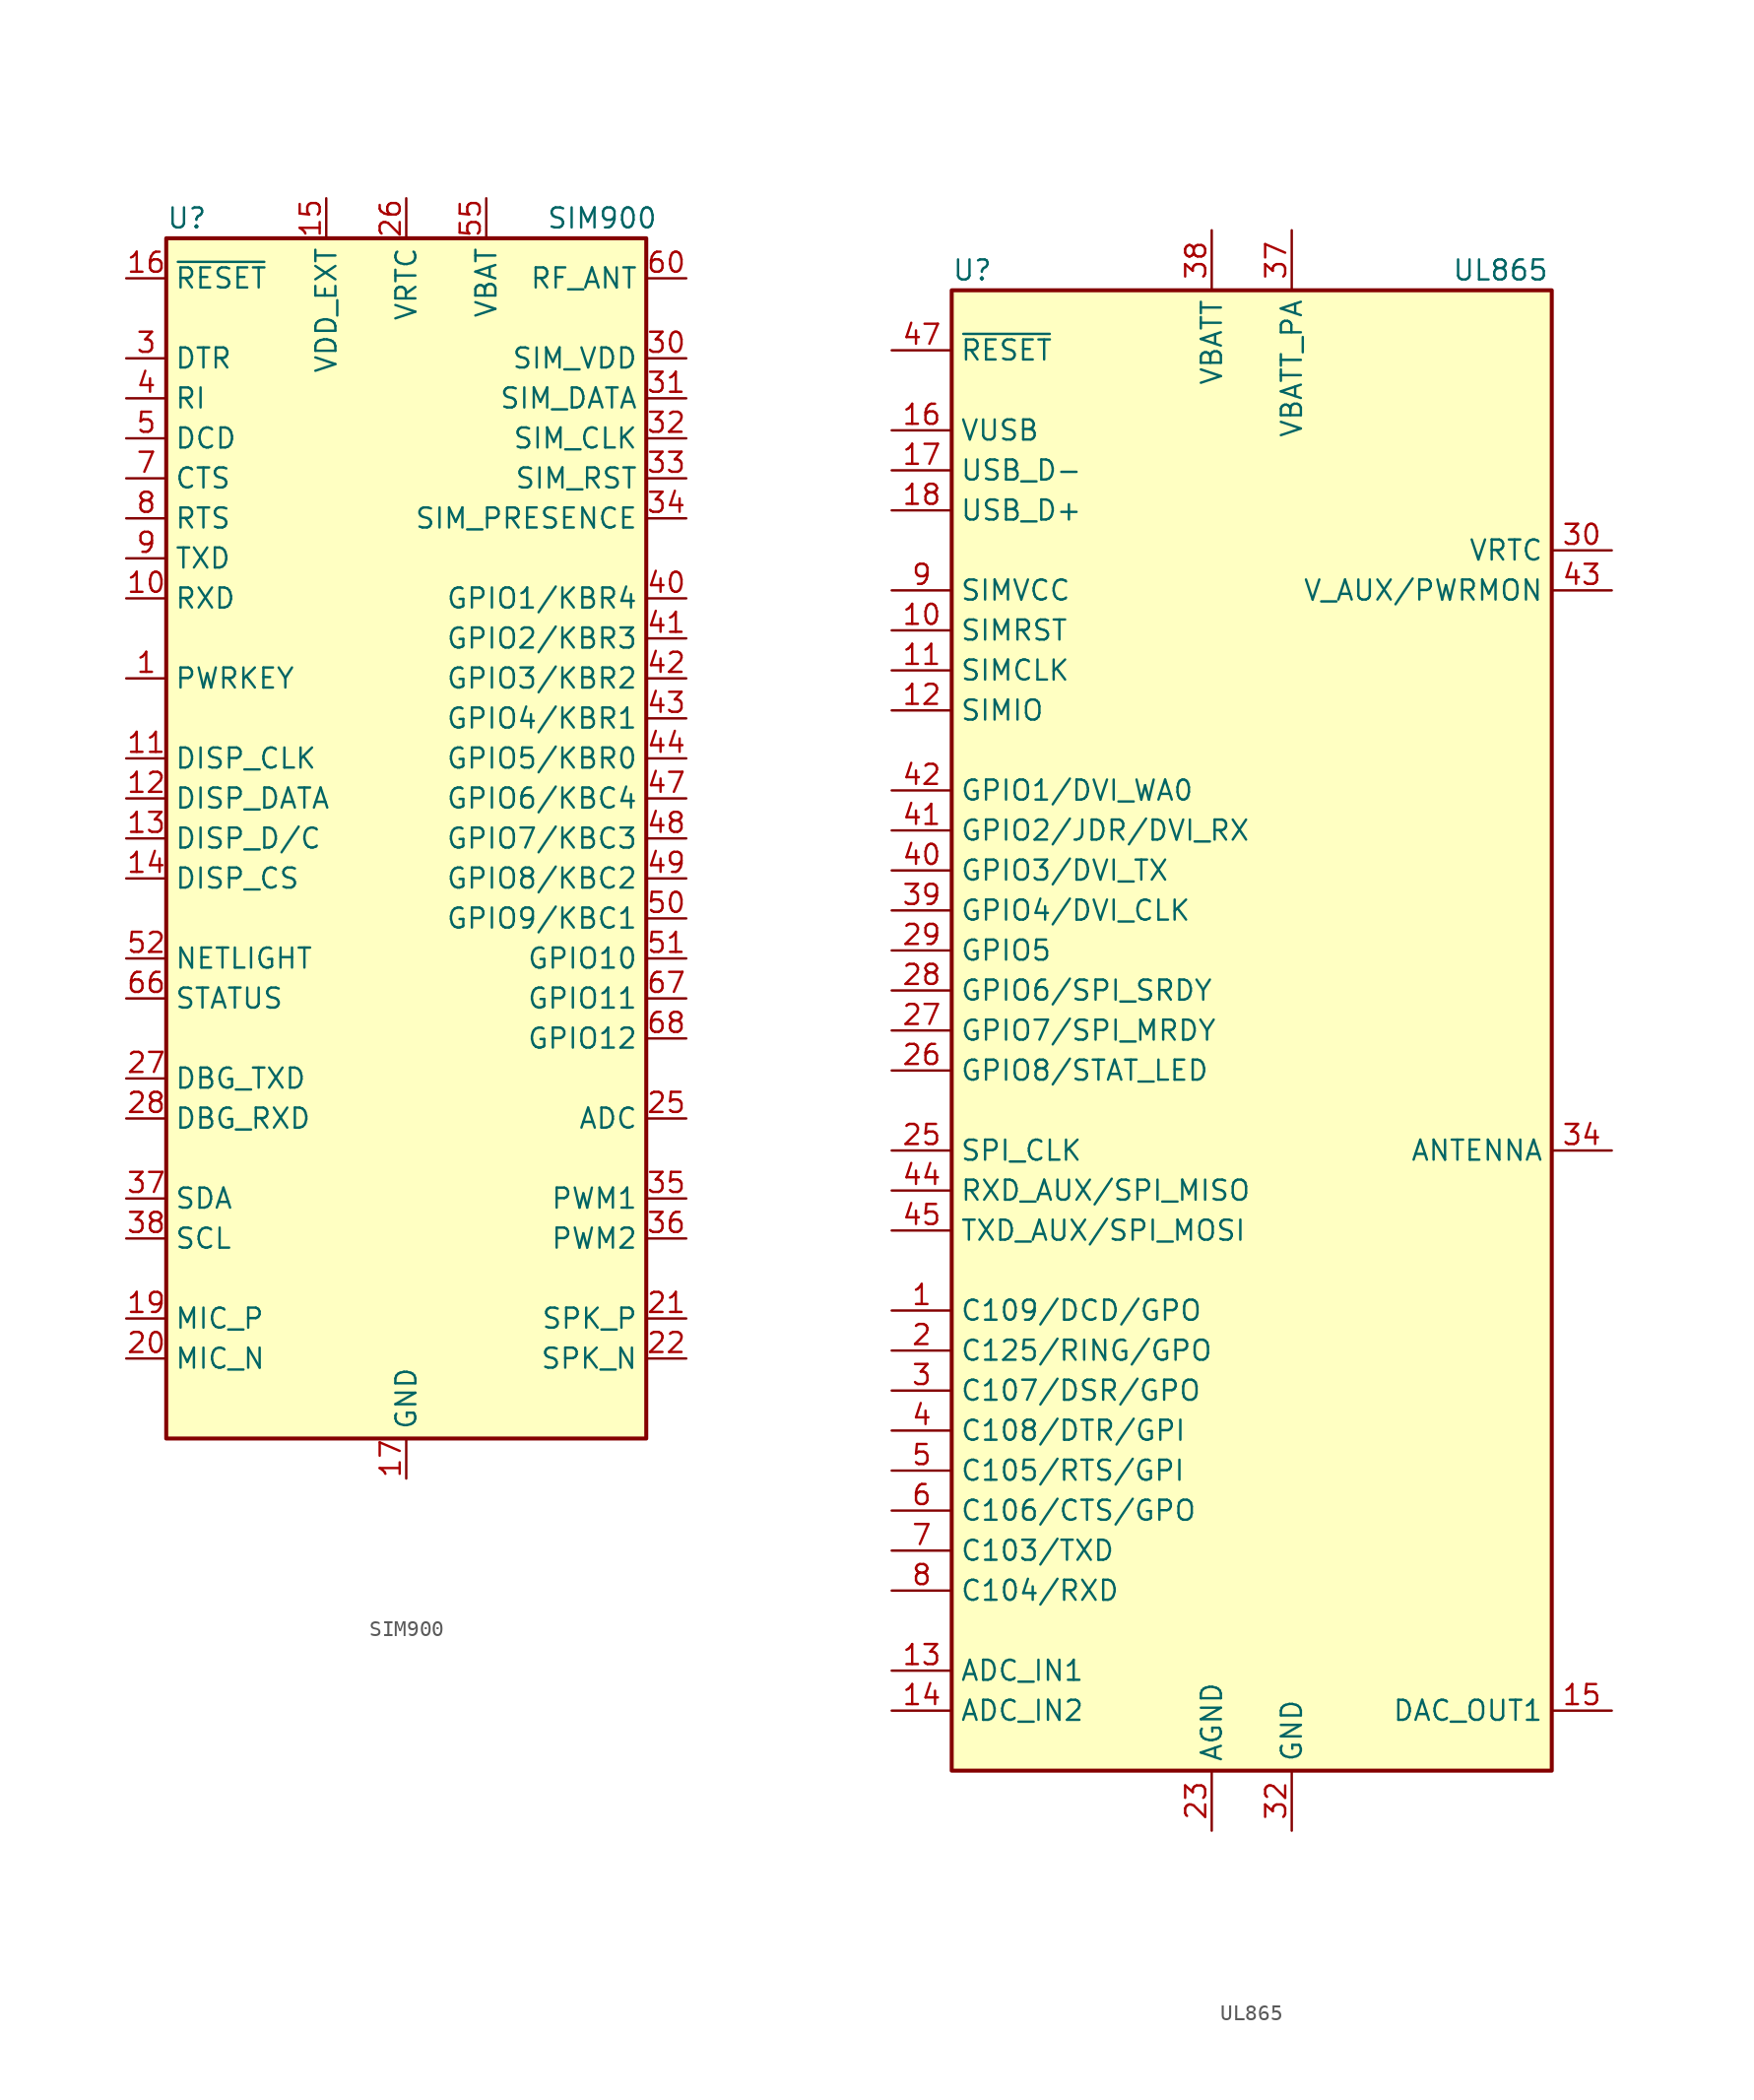
<source format=kicad_sym>
(kicad_symbol_lib
  (version 20200908)
  (generator kicad_symbol_editor)
  (symbol "RF_GSM:SIM900"
    (property "Reference" "U"
      (at -15.24 39.37 0)
      (effects (font (size 1.27 1.27)) (justify left)))
    (property "Value" "SIM900"
      (at 8.89 39.37 0)
      (effects (font (size 1.27 1.27)) (justify left)))
    (symbol "SIM900_0_1"
      (rectangle (start -15.24 38.1) (end 15.24 -38.1) (stroke (width 0.254)) (fill (type background))))
    (symbol "SIM900_1_1"
      (pin input line (at -17.78 10.16 0) (length 2.54) (name "PWRKEY" (effects (font (size 1.27 1.27)))) (number "1" (effects (font (size 1.27 1.27)))))
      (pin input line (at -17.78 15.24 0) (length 2.54) (name "RXD" (effects (font (size 1.27 1.27)))) (number "10" (effects (font (size 1.27 1.27)))))
      (pin output line (at -17.78 5.08 0) (length 2.54) (name "DISP_CLK" (effects (font (size 1.27 1.27)))) (number "11" (effects (font (size 1.27 1.27)))))
      (pin bidirectional line (at -17.78 2.54 0) (length 2.54) (name "DISP_DATA" (effects (font (size 1.27 1.27)))) (number "12" (effects (font (size 1.27 1.27)))))
      (pin output line (at -17.78 0 0) (length 2.54) (name "DISP_D/C" (effects (font (size 1.27 1.27)))) (number "13" (effects (font (size 1.27 1.27)))))
      (pin output line (at -17.78 -2.54 0) (length 2.54) (name "DISP_CS" (effects (font (size 1.27 1.27)))) (number "14" (effects (font (size 1.27 1.27)))))
      (pin power_out line (at -5.08 40.64 270) (length 2.54) (name "VDD_EXT" (effects (font (size 1.27 1.27)))) (number "15" (effects (font (size 1.27 1.27)))))
      (pin input line (at -17.78 35.56 0) (length 2.54) (name "~RESET~" (effects (font (size 1.27 1.27)))) (number "16" (effects (font (size 1.27 1.27)))))
      (pin power_in line (at 0 -40.64 90) (length 2.54) (name "GND" (effects (font (size 1.27 1.27)))) (number "17" (effects (font (size 1.27 1.27)))))
      (pin passive line (at 0 -40.64 90) (length 2.54) hide (name "GND" (effects (font (size 1.27 1.27)))) (number "18" (effects (font (size 1.27 1.27)))))
      (pin input line (at -17.78 -30.48 0) (length 2.54) (name "MIC_P" (effects (font (size 1.27 1.27)))) (number "19" (effects (font (size 1.27 1.27)))))
      (pin unconnected line (at 15.24 33.02 180) (length 2.54) hide (name "NC" (effects (font (size 1.27 1.27)))) (number "2" (effects (font (size 1.27 1.27)))))
      (pin input line (at -17.78 -33.02 0) (length 2.54) (name "MIC_N" (effects (font (size 1.27 1.27)))) (number "20" (effects (font (size 1.27 1.27)))))
      (pin output line (at 17.78 -30.48 180) (length 2.54) (name "SPK_P" (effects (font (size 1.27 1.27)))) (number "21" (effects (font (size 1.27 1.27)))))
      (pin output line (at 17.78 -33.02 180) (length 2.54) (name "SPK_N" (effects (font (size 1.27 1.27)))) (number "22" (effects (font (size 1.27 1.27)))))
      (pin unconnected line (at 15.24 -15.24 180) (length 2.54) hide (name "NC" (effects (font (size 1.27 1.27)))) (number "23" (effects (font (size 1.27 1.27)))))
      (pin unconnected line (at 15.24 -27.94 180) (length 2.54) hide (name "NC" (effects (font (size 1.27 1.27)))) (number "24" (effects (font (size 1.27 1.27)))))
      (pin input line (at 17.78 -17.78 180) (length 2.54) (name "ADC" (effects (font (size 1.27 1.27)))) (number "25" (effects (font (size 1.27 1.27)))))
      (pin power_in line (at 0 40.64 270) (length 2.54) (name "VRTC" (effects (font (size 1.27 1.27)))) (number "26" (effects (font (size 1.27 1.27)))))
      (pin output line (at -17.78 -15.24 0) (length 2.54) (name "DBG_TXD" (effects (font (size 1.27 1.27)))) (number "27" (effects (font (size 1.27 1.27)))))
      (pin input line (at -17.78 -17.78 0) (length 2.54) (name "DBG_RXD" (effects (font (size 1.27 1.27)))) (number "28" (effects (font (size 1.27 1.27)))))
      (pin passive line (at 0 -40.64 90) (length 2.54) hide (name "GND" (effects (font (size 1.27 1.27)))) (number "29" (effects (font (size 1.27 1.27)))))
      (pin input line (at -17.78 30.48 0) (length 2.54) (name "DTR" (effects (font (size 1.27 1.27)))) (number "3" (effects (font (size 1.27 1.27)))))
      (pin power_out line (at 17.78 30.48 180) (length 2.54) (name "SIM_VDD" (effects (font (size 1.27 1.27)))) (number "30" (effects (font (size 1.27 1.27)))))
      (pin bidirectional line (at 17.78 27.94 180) (length 2.54) (name "SIM_DATA" (effects (font (size 1.27 1.27)))) (number "31" (effects (font (size 1.27 1.27)))))
      (pin output line (at 17.78 25.4 180) (length 2.54) (name "SIM_CLK" (effects (font (size 1.27 1.27)))) (number "32" (effects (font (size 1.27 1.27)))))
      (pin output line (at 17.78 22.86 180) (length 2.54) (name "SIM_RST" (effects (font (size 1.27 1.27)))) (number "33" (effects (font (size 1.27 1.27)))))
      (pin input line (at 17.78 20.32 180) (length 2.54) (name "SIM_PRESENCE" (effects (font (size 1.27 1.27)))) (number "34" (effects (font (size 1.27 1.27)))))
      (pin output line (at 17.78 -22.86 180) (length 2.54) (name "PWM1" (effects (font (size 1.27 1.27)))) (number "35" (effects (font (size 1.27 1.27)))))
      (pin output line (at 17.78 -25.4 180) (length 2.54) (name "PWM2" (effects (font (size 1.27 1.27)))) (number "36" (effects (font (size 1.27 1.27)))))
      (pin bidirectional line (at -17.78 -22.86 0) (length 2.54) (name "SDA" (effects (font (size 1.27 1.27)))) (number "37" (effects (font (size 1.27 1.27)))))
      (pin output line (at -17.78 -25.4 0) (length 2.54) (name "SCL" (effects (font (size 1.27 1.27)))) (number "38" (effects (font (size 1.27 1.27)))))
      (pin passive line (at 0 -40.64 90) (length 2.54) hide (name "GND" (effects (font (size 1.27 1.27)))) (number "39" (effects (font (size 1.27 1.27)))))
      (pin output line (at -17.78 27.94 0) (length 2.54) (name "RI" (effects (font (size 1.27 1.27)))) (number "4" (effects (font (size 1.27 1.27)))))
      (pin bidirectional line (at 17.78 15.24 180) (length 2.54) (name "GPIO1/KBR4" (effects (font (size 1.27 1.27)))) (number "40" (effects (font (size 1.27 1.27)))))
      (pin bidirectional line (at 17.78 12.7 180) (length 2.54) (name "GPIO2/KBR3" (effects (font (size 1.27 1.27)))) (number "41" (effects (font (size 1.27 1.27)))))
      (pin bidirectional line (at 17.78 10.16 180) (length 2.54) (name "GPIO3/KBR2" (effects (font (size 1.27 1.27)))) (number "42" (effects (font (size 1.27 1.27)))))
      (pin bidirectional line (at 17.78 7.62 180) (length 2.54) (name "GPIO4/KBR1" (effects (font (size 1.27 1.27)))) (number "43" (effects (font (size 1.27 1.27)))))
      (pin bidirectional line (at 17.78 5.08 180) (length 2.54) (name "GPIO5/KBR0" (effects (font (size 1.27 1.27)))) (number "44" (effects (font (size 1.27 1.27)))))
      (pin passive line (at 0 -40.64 90) (length 2.54) hide (name "GND" (effects (font (size 1.27 1.27)))) (number "45" (effects (font (size 1.27 1.27)))))
      (pin passive line (at 0 -40.64 90) (length 2.54) hide (name "GND" (effects (font (size 1.27 1.27)))) (number "46" (effects (font (size 1.27 1.27)))))
      (pin bidirectional line (at 17.78 2.54 180) (length 2.54) (name "GPIO6/KBC4" (effects (font (size 1.27 1.27)))) (number "47" (effects (font (size 1.27 1.27)))))
      (pin bidirectional line (at 17.78 0 180) (length 2.54) (name "GPIO7/KBC3" (effects (font (size 1.27 1.27)))) (number "48" (effects (font (size 1.27 1.27)))))
      (pin bidirectional line (at 17.78 -2.54 180) (length 2.54) (name "GPIO8/KBC2" (effects (font (size 1.27 1.27)))) (number "49" (effects (font (size 1.27 1.27)))))
      (pin output line (at -17.78 25.4 0) (length 2.54) (name "DCD" (effects (font (size 1.27 1.27)))) (number "5" (effects (font (size 1.27 1.27)))))
      (pin bidirectional line (at 17.78 -5.08 180) (length 2.54) (name "GPIO9/KBC1" (effects (font (size 1.27 1.27)))) (number "50" (effects (font (size 1.27 1.27)))))
      (pin bidirectional line (at 17.78 -7.62 180) (length 2.54) (name "GPIO10" (effects (font (size 1.27 1.27)))) (number "51" (effects (font (size 1.27 1.27)))))
      (pin output line (at -17.78 -7.62 0) (length 2.54) (name "NETLIGHT" (effects (font (size 1.27 1.27)))) (number "52" (effects (font (size 1.27 1.27)))))
      (pin passive line (at 0 -40.64 90) (length 2.54) hide (name "GND" (effects (font (size 1.27 1.27)))) (number "53" (effects (font (size 1.27 1.27)))))
      (pin passive line (at 0 -40.64 90) (length 2.54) hide (name "GND" (effects (font (size 1.27 1.27)))) (number "54" (effects (font (size 1.27 1.27)))))
      (pin power_in line (at 5.08 40.64 270) (length 2.54) (name "VBAT" (effects (font (size 1.27 1.27)))) (number "55" (effects (font (size 1.27 1.27)))))
      (pin passive line (at 5.08 40.64 270) (length 2.54) hide (name "VBAT" (effects (font (size 1.27 1.27)))) (number "56" (effects (font (size 1.27 1.27)))))
      (pin passive line (at 5.08 40.64 270) (length 2.54) hide (name "VBAT" (effects (font (size 1.27 1.27)))) (number "57" (effects (font (size 1.27 1.27)))))
      (pin passive line (at 0 -40.64 90) (length 2.54) hide (name "GND" (effects (font (size 1.27 1.27)))) (number "58" (effects (font (size 1.27 1.27)))))
      (pin passive line (at 0 -40.64 90) (length 2.54) hide (name "GND" (effects (font (size 1.27 1.27)))) (number "59" (effects (font (size 1.27 1.27)))))
      (pin unconnected line (at 15.24 17.78 180) (length 2.54) hide (name "NC" (effects (font (size 1.27 1.27)))) (number "6" (effects (font (size 1.27 1.27)))))
      (pin passive line (at 17.78 35.56 180) (length 2.54) (name "RF_ANT" (effects (font (size 1.27 1.27)))) (number "60" (effects (font (size 1.27 1.27)))))
      (pin passive line (at 0 -40.64 90) (length 2.54) hide (name "GND" (effects (font (size 1.27 1.27)))) (number "61" (effects (font (size 1.27 1.27)))))
      (pin passive line (at 0 -40.64 90) (length 2.54) hide (name "GND" (effects (font (size 1.27 1.27)))) (number "62" (effects (font (size 1.27 1.27)))))
      (pin passive line (at 0 -40.64 90) (length 2.54) hide (name "GND" (effects (font (size 1.27 1.27)))) (number "63" (effects (font (size 1.27 1.27)))))
      (pin passive line (at 0 -40.64 90) (length 2.54) hide (name "GND" (effects (font (size 1.27 1.27)))) (number "64" (effects (font (size 1.27 1.27)))))
      (pin passive line (at 0 -40.64 90) (length 2.54) hide (name "GND" (effects (font (size 1.27 1.27)))) (number "65" (effects (font (size 1.27 1.27)))))
      (pin output line (at -17.78 -10.16 0) (length 2.54) (name "STATUS" (effects (font (size 1.27 1.27)))) (number "66" (effects (font (size 1.27 1.27)))))
      (pin bidirectional line (at 17.78 -10.16 180) (length 2.54) (name "GPIO11" (effects (font (size 1.27 1.27)))) (number "67" (effects (font (size 1.27 1.27)))))
      (pin bidirectional line (at 17.78 -12.7 180) (length 2.54) (name "GPIO12" (effects (font (size 1.27 1.27)))) (number "68" (effects (font (size 1.27 1.27)))))
      (pin output line (at -17.78 22.86 0) (length 2.54) (name "CTS" (effects (font (size 1.27 1.27)))) (number "7" (effects (font (size 1.27 1.27)))))
      (pin input line (at -17.78 20.32 0) (length 2.54) (name "RTS" (effects (font (size 1.27 1.27)))) (number "8" (effects (font (size 1.27 1.27)))))
      (pin output line (at -17.78 17.78 0) (length 2.54) (name "TXD" (effects (font (size 1.27 1.27)))) (number "9" (effects (font (size 1.27 1.27)))))))
  (symbol "RF_GSM:UL865"
    (property "Reference" "U"
      (at -19.05 43.18 0)
      (effects (font (size 1.27 1.27)) (justify left)))
    (property "Value" "UL865"
      (at 12.7 43.18 0)
      (effects (font (size 1.27 1.27)) (justify left)))
    (symbol "UL865_0_1"
      (rectangle (start -19.05 41.91) (end 19.05 -52.07) (stroke (width 0.254)) (fill (type background))))
    (symbol "UL865_1_1"
      (pin output line (at -22.86 -22.86 0) (length 3.81) (name "C109/DCD/GPO" (effects (font (size 1.27 1.27)))) (number "1" (effects (font (size 1.27 1.27)))))
      (pin output line (at -22.86 20.32 0) (length 3.81) (name "SIMRST" (effects (font (size 1.27 1.27)))) (number "10" (effects (font (size 1.27 1.27)))))
      (pin output line (at -22.86 17.78 0) (length 3.81) (name "SIMCLK" (effects (font (size 1.27 1.27)))) (number "11" (effects (font (size 1.27 1.27)))))
      (pin bidirectional line (at -22.86 15.24 0) (length 3.81) (name "SIMIO" (effects (font (size 1.27 1.27)))) (number "12" (effects (font (size 1.27 1.27)))))
      (pin input line (at -22.86 -45.72 0) (length 3.81) (name "ADC_IN1" (effects (font (size 1.27 1.27)))) (number "13" (effects (font (size 1.27 1.27)))))
      (pin input line (at -22.86 -48.26 0) (length 3.81) (name "ADC_IN2" (effects (font (size 1.27 1.27)))) (number "14" (effects (font (size 1.27 1.27)))))
      (pin output line (at 22.86 -48.26 180) (length 3.81) (name "DAC_OUT1" (effects (font (size 1.27 1.27)))) (number "15" (effects (font (size 1.27 1.27)))))
      (pin input line (at -22.86 33.02 0) (length 3.81) (name "VUSB" (effects (font (size 1.27 1.27)))) (number "16" (effects (font (size 1.27 1.27)))))
      (pin bidirectional line (at -22.86 30.48 0) (length 3.81) (name "USB_D-" (effects (font (size 1.27 1.27)))) (number "17" (effects (font (size 1.27 1.27)))))
      (pin bidirectional line (at -22.86 27.94 0) (length 3.81) (name "USB_D+" (effects (font (size 1.27 1.27)))) (number "18" (effects (font (size 1.27 1.27)))))
      (pin unconnected line (at 19.05 -17.78 180) (length 3.81) hide (name "NC" (effects (font (size 1.27 1.27)))) (number "19" (effects (font (size 1.27 1.27)))))
      (pin output line (at -22.86 -25.4 0) (length 3.81) (name "C125/RING/GPO" (effects (font (size 1.27 1.27)))) (number "2" (effects (font (size 1.27 1.27)))))
      (pin unconnected line (at 19.05 -20.32 180) (length 3.81) hide (name "NC" (effects (font (size 1.27 1.27)))) (number "20" (effects (font (size 1.27 1.27)))))
      (pin unconnected line (at 19.05 -22.86 180) (length 3.81) hide (name "NC" (effects (font (size 1.27 1.27)))) (number "21" (effects (font (size 1.27 1.27)))))
      (pin unconnected line (at 19.05 -25.4 180) (length 3.81) hide (name "NC" (effects (font (size 1.27 1.27)))) (number "22" (effects (font (size 1.27 1.27)))))
      (pin power_in line (at -2.54 -55.88 90) (length 3.81) (name "AGND" (effects (font (size 1.27 1.27)))) (number "23" (effects (font (size 1.27 1.27)))))
      (pin unconnected line (at 19.05 -30.48 180) (length 3.81) hide (name "NC" (effects (font (size 1.27 1.27)))) (number "24" (effects (font (size 1.27 1.27)))))
      (pin bidirectional line (at -22.86 -12.7 0) (length 3.81) (name "SPI_CLK" (effects (font (size 1.27 1.27)))) (number "25" (effects (font (size 1.27 1.27)))))
      (pin bidirectional line (at -22.86 -7.62 0) (length 3.81) (name "GPIO8/STAT_LED" (effects (font (size 1.27 1.27)))) (number "26" (effects (font (size 1.27 1.27)))))
      (pin bidirectional line (at -22.86 -5.08 0) (length 3.81) (name "GPIO7/SPI_MRDY" (effects (font (size 1.27 1.27)))) (number "27" (effects (font (size 1.27 1.27)))))
      (pin bidirectional line (at -22.86 -2.54 0) (length 3.81) (name "GPIO6/SPI_SRDY" (effects (font (size 1.27 1.27)))) (number "28" (effects (font (size 1.27 1.27)))))
      (pin bidirectional line (at -22.86 0 0) (length 3.81) (name "GPIO5" (effects (font (size 1.27 1.27)))) (number "29" (effects (font (size 1.27 1.27)))))
      (pin output line (at -22.86 -27.94 0) (length 3.81) (name "C107/DSR/GPO" (effects (font (size 1.27 1.27)))) (number "3" (effects (font (size 1.27 1.27)))))
      (pin power_out line (at 22.86 25.4 180) (length 3.81) (name "VRTC" (effects (font (size 1.27 1.27)))) (number "30" (effects (font (size 1.27 1.27)))))
      (pin unconnected line (at 19.05 -33.02 180) (length 3.81) hide (name "NC" (effects (font (size 1.27 1.27)))) (number "31" (effects (font (size 1.27 1.27)))))
      (pin power_in line (at 2.54 -55.88 90) (length 3.81) (name "GND" (effects (font (size 1.27 1.27)))) (number "32" (effects (font (size 1.27 1.27)))))
      (pin passive line (at 2.54 -55.88 90) (length 3.81) hide (name "GND" (effects (font (size 1.27 1.27)))) (number "33" (effects (font (size 1.27 1.27)))))
      (pin bidirectional line (at 22.86 -12.7 180) (length 3.81) (name "ANTENNA" (effects (font (size 1.27 1.27)))) (number "34" (effects (font (size 1.27 1.27)))))
      (pin passive line (at 2.54 -55.88 90) (length 3.81) hide (name "GND" (effects (font (size 1.27 1.27)))) (number "35" (effects (font (size 1.27 1.27)))))
      (pin passive line (at 2.54 -55.88 90) (length 3.81) hide (name "GND" (effects (font (size 1.27 1.27)))) (number "36" (effects (font (size 1.27 1.27)))))
      (pin power_in line (at 2.54 45.72 270) (length 3.81) (name "VBATT_PA" (effects (font (size 1.27 1.27)))) (number "37" (effects (font (size 1.27 1.27)))))
      (pin power_in line (at -2.54 45.72 270) (length 3.81) (name "VBATT" (effects (font (size 1.27 1.27)))) (number "38" (effects (font (size 1.27 1.27)))))
      (pin bidirectional line (at -22.86 2.54 0) (length 3.81) (name "GPIO4/DVI_CLK" (effects (font (size 1.27 1.27)))) (number "39" (effects (font (size 1.27 1.27)))))
      (pin input line (at -22.86 -30.48 0) (length 3.81) (name "C108/DTR/GPI" (effects (font (size 1.27 1.27)))) (number "4" (effects (font (size 1.27 1.27)))))
      (pin bidirectional line (at -22.86 5.08 0) (length 3.81) (name "GPIO3/DVI_TX" (effects (font (size 1.27 1.27)))) (number "40" (effects (font (size 1.27 1.27)))))
      (pin bidirectional line (at -22.86 7.62 0) (length 3.81) (name "GPIO2/JDR/DVI_RX" (effects (font (size 1.27 1.27)))) (number "41" (effects (font (size 1.27 1.27)))))
      (pin bidirectional line (at -22.86 10.16 0) (length 3.81) (name "GPIO1/DVI_WA0" (effects (font (size 1.27 1.27)))) (number "42" (effects (font (size 1.27 1.27)))))
      (pin power_out line (at 22.86 22.86 180) (length 3.81) (name "V_AUX/PWRMON" (effects (font (size 1.27 1.27)))) (number "43" (effects (font (size 1.27 1.27)))))
      (pin bidirectional line (at -22.86 -15.24 0) (length 3.81) (name "RXD_AUX/SPI_MISO" (effects (font (size 1.27 1.27)))) (number "44" (effects (font (size 1.27 1.27)))))
      (pin bidirectional line (at -22.86 -17.78 0) (length 3.81) (name "TXD_AUX/SPI_MOSI" (effects (font (size 1.27 1.27)))) (number "45" (effects (font (size 1.27 1.27)))))
      (pin passive line (at 2.54 -55.88 90) (length 3.81) hide (name "GND" (effects (font (size 1.27 1.27)))) (number "46" (effects (font (size 1.27 1.27)))))
      (pin input line (at -22.86 38.1 0) (length 3.81) (name "~RESET" (effects (font (size 1.27 1.27)))) (number "47" (effects (font (size 1.27 1.27)))))
      (pin unconnected line (at 19.05 -35.56 180) (length 3.81) hide (name "NC" (effects (font (size 1.27 1.27)))) (number "48" (effects (font (size 1.27 1.27)))))
      (pin input line (at -22.86 -33.02 0) (length 3.81) (name "C105/RTS/GPI" (effects (font (size 1.27 1.27)))) (number "5" (effects (font (size 1.27 1.27)))))
      (pin output line (at -22.86 -35.56 0) (length 3.81) (name "C106/CTS/GPO" (effects (font (size 1.27 1.27)))) (number "6" (effects (font (size 1.27 1.27)))))
      (pin input line (at -22.86 -38.1 0) (length 3.81) (name "C103/TXD" (effects (font (size 1.27 1.27)))) (number "7" (effects (font (size 1.27 1.27)))))
      (pin output line (at -22.86 -40.64 0) (length 3.81) (name "C104/RXD" (effects (font (size 1.27 1.27)))) (number "8" (effects (font (size 1.27 1.27)))))
      (pin power_out line (at -22.86 22.86 0) (length 3.81) (name "SIMVCC" (effects (font (size 1.27 1.27)))) (number "9" (effects (font (size 1.27 1.27))))))))
</source>
